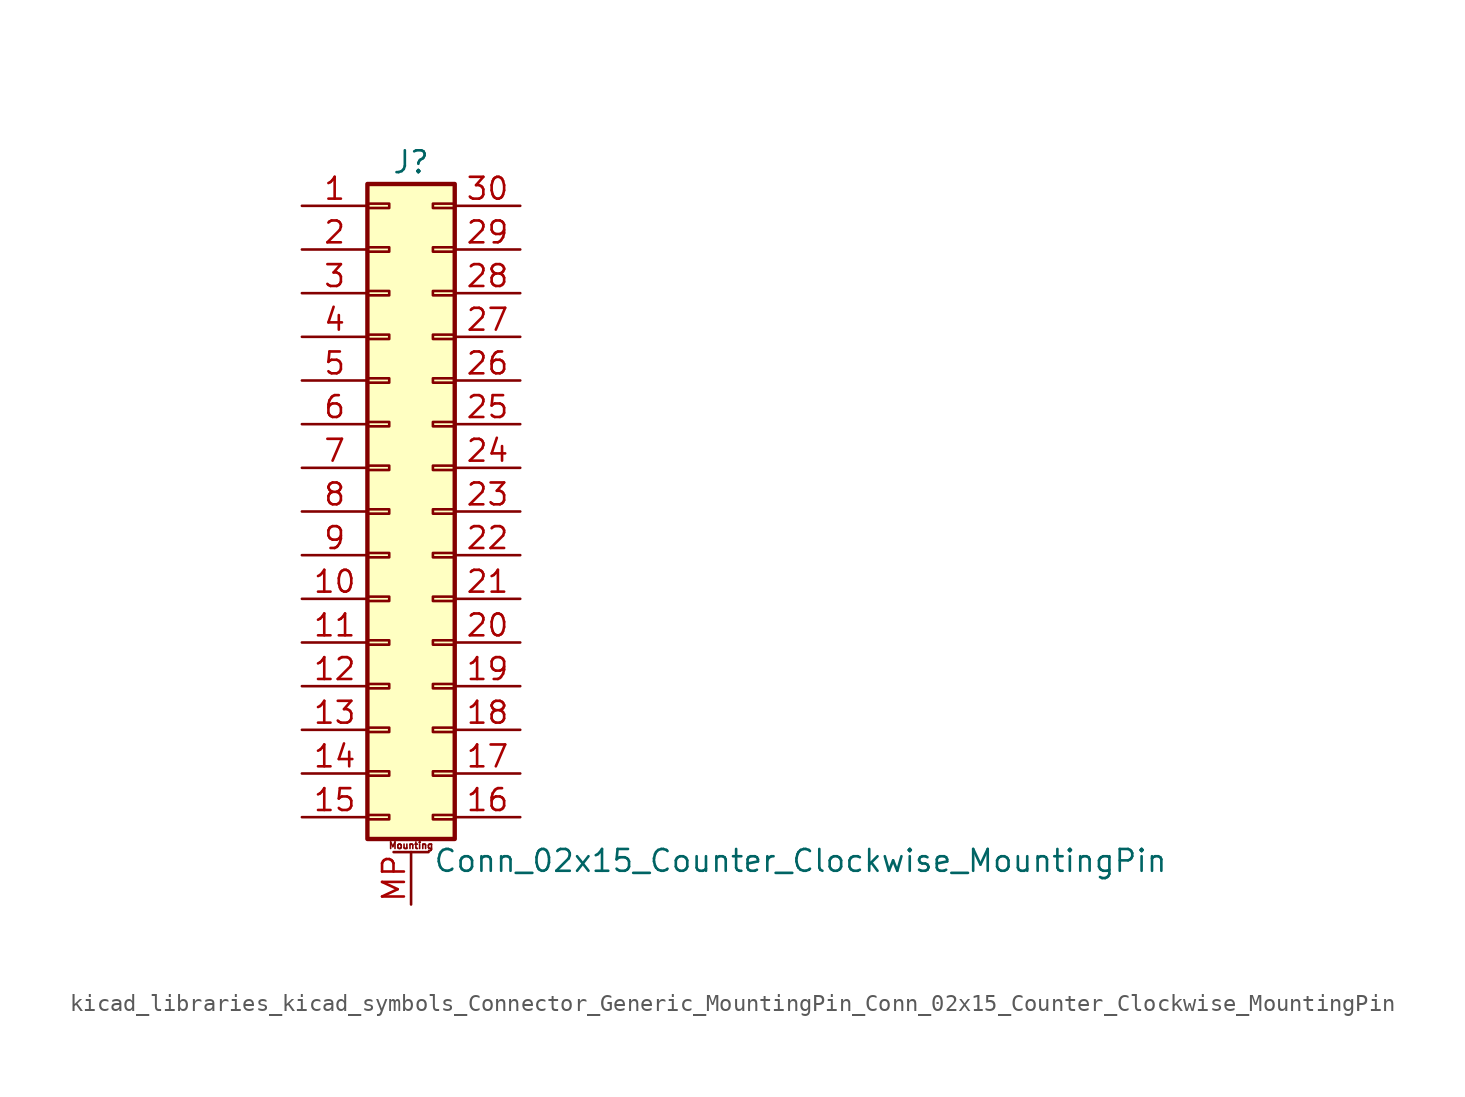
<source format=kicad_sym>
(kicad_symbol_lib
  (version 20220914)
  (generator kicad_symbol_editor)
  (symbol "kicad_libraries_kicad_symbols_Connector_Generic_MountingPin_Conn_02x15_Counter_Clockwise_MountingPin"
    (pin_names
      (offset 1.016) hide)
    (property "Reference" "J"
      (at 1.27 20.32 0)
      (effects (font (size 1.27 1.27))))
    (property "Value" "Conn_02x15_Counter_Clockwise_MountingPin"
      (at 2.54 -20.32 0)
      (effects (font (size 1.27 1.27)) (justify left)))
    (symbol "kicad_libraries_kicad_symbols_Connector_Generic_MountingPin_Conn_02x15_Counter_Clockwise_MountingPin_1_1"
      (rectangle (start -1.27 -17.653) (end 0 -17.907) (stroke (width 0.152) (type default)) (fill (type none)))
      (rectangle (start -1.27 -15.113) (end 0 -15.367) (stroke (width 0.152) (type default)) (fill (type none)))
      (rectangle (start -1.27 -12.573) (end 0 -12.827) (stroke (width 0.152) (type default)) (fill (type none)))
      (rectangle (start -1.27 -10.033) (end 0 -10.287) (stroke (width 0.152) (type default)) (fill (type none)))
      (rectangle (start -1.27 -7.493) (end 0 -7.747) (stroke (width 0.152) (type default)) (fill (type none)))
      (rectangle (start -1.27 -4.953) (end 0 -5.207) (stroke (width 0.152) (type default)) (fill (type none)))
      (rectangle (start -1.27 -2.413) (end 0 -2.667) (stroke (width 0.152) (type default)) (fill (type none)))
      (rectangle (start -1.27 0.127) (end 0 -0.127) (stroke (width 0.152) (type default)) (fill (type none)))
      (rectangle (start -1.27 2.667) (end 0 2.413) (stroke (width 0.152) (type default)) (fill (type none)))
      (rectangle (start -1.27 5.207) (end 0 4.953) (stroke (width 0.152) (type default)) (fill (type none)))
      (rectangle (start -1.27 7.747) (end 0 7.493) (stroke (width 0.152) (type default)) (fill (type none)))
      (rectangle (start -1.27 10.287) (end 0 10.033) (stroke (width 0.152) (type default)) (fill (type none)))
      (rectangle (start -1.27 12.827) (end 0 12.573) (stroke (width 0.152) (type default)) (fill (type none)))
      (rectangle (start -1.27 15.367) (end 0 15.113) (stroke (width 0.152) (type default)) (fill (type none)))
      (rectangle (start -1.27 17.907) (end 0 17.653) (stroke (width 0.152) (type default)) (fill (type none)))
      (rectangle (start -1.27 19.05) (end 3.81 -19.05) (stroke (width 0.254) (type default)) (fill (type background)))
      (polyline (pts (xy 0.254 -19.812) (xy 2.286 -19.812)) (stroke (width 0.152) (type default)) (fill (type none)))
      (rectangle (start 3.81 -17.653) (end 2.54 -17.907) (stroke (width 0.152) (type default)) (fill (type none)))
      (rectangle (start 3.81 -15.113) (end 2.54 -15.367) (stroke (width 0.152) (type default)) (fill (type none)))
      (rectangle (start 3.81 -12.573) (end 2.54 -12.827) (stroke (width 0.152) (type default)) (fill (type none)))
      (rectangle (start 3.81 -10.033) (end 2.54 -10.287) (stroke (width 0.152) (type default)) (fill (type none)))
      (rectangle (start 3.81 -7.493) (end 2.54 -7.747) (stroke (width 0.152) (type default)) (fill (type none)))
      (rectangle (start 3.81 -4.953) (end 2.54 -5.207) (stroke (width 0.152) (type default)) (fill (type none)))
      (rectangle (start 3.81 -2.413) (end 2.54 -2.667) (stroke (width 0.152) (type default)) (fill (type none)))
      (rectangle (start 3.81 0.127) (end 2.54 -0.127) (stroke (width 0.152) (type default)) (fill (type none)))
      (rectangle (start 3.81 2.667) (end 2.54 2.413) (stroke (width 0.152) (type default)) (fill (type none)))
      (rectangle (start 3.81 5.207) (end 2.54 4.953) (stroke (width 0.152) (type default)) (fill (type none)))
      (rectangle (start 3.81 7.747) (end 2.54 7.493) (stroke (width 0.152) (type default)) (fill (type none)))
      (rectangle (start 3.81 10.287) (end 2.54 10.033) (stroke (width 0.152) (type default)) (fill (type none)))
      (rectangle (start 3.81 12.827) (end 2.54 12.573) (stroke (width 0.152) (type default)) (fill (type none)))
      (rectangle (start 3.81 15.367) (end 2.54 15.113) (stroke (width 0.152) (type default)) (fill (type none)))
      (rectangle (start 3.81 17.907) (end 2.54 17.653) (stroke (width 0.152) (type default)) (fill (type none)))
      (text "Mounting" (at 1.27 -19.431 0) (effects (font (size 0.381 0.381))))
      (pin passive line (at -5.08 17.78 0) (length 3.81) (name "Pin_1" (effects (font (size 1.27 1.27)))) (number "1" (effects (font (size 1.27 1.27)))))
      (pin passive line (at -5.08 -5.08 0) (length 3.81) (name "Pin_10" (effects (font (size 1.27 1.27)))) (number "10" (effects (font (size 1.27 1.27)))))
      (pin passive line (at -5.08 -7.62 0) (length 3.81) (name "Pin_11" (effects (font (size 1.27 1.27)))) (number "11" (effects (font (size 1.27 1.27)))))
      (pin passive line (at -5.08 -10.16 0) (length 3.81) (name "Pin_12" (effects (font (size 1.27 1.27)))) (number "12" (effects (font (size 1.27 1.27)))))
      (pin passive line (at -5.08 -12.7 0) (length 3.81) (name "Pin_13" (effects (font (size 1.27 1.27)))) (number "13" (effects (font (size 1.27 1.27)))))
      (pin passive line (at -5.08 -15.24 0) (length 3.81) (name "Pin_14" (effects (font (size 1.27 1.27)))) (number "14" (effects (font (size 1.27 1.27)))))
      (pin passive line (at -5.08 -17.78 0) (length 3.81) (name "Pin_15" (effects (font (size 1.27 1.27)))) (number "15" (effects (font (size 1.27 1.27)))))
      (pin passive line (at 7.62 -17.78 180) (length 3.81) (name "Pin_16" (effects (font (size 1.27 1.27)))) (number "16" (effects (font (size 1.27 1.27)))))
      (pin passive line (at 7.62 -15.24 180) (length 3.81) (name "Pin_17" (effects (font (size 1.27 1.27)))) (number "17" (effects (font (size 1.27 1.27)))))
      (pin passive line (at 7.62 -12.7 180) (length 3.81) (name "Pin_18" (effects (font (size 1.27 1.27)))) (number "18" (effects (font (size 1.27 1.27)))))
      (pin passive line (at 7.62 -10.16 180) (length 3.81) (name "Pin_19" (effects (font (size 1.27 1.27)))) (number "19" (effects (font (size 1.27 1.27)))))
      (pin passive line (at -5.08 15.24 0) (length 3.81) (name "Pin_2" (effects (font (size 1.27 1.27)))) (number "2" (effects (font (size 1.27 1.27)))))
      (pin passive line (at 7.62 -7.62 180) (length 3.81) (name "Pin_20" (effects (font (size 1.27 1.27)))) (number "20" (effects (font (size 1.27 1.27)))))
      (pin passive line (at 7.62 -5.08 180) (length 3.81) (name "Pin_21" (effects (font (size 1.27 1.27)))) (number "21" (effects (font (size 1.27 1.27)))))
      (pin passive line (at 7.62 -2.54 180) (length 3.81) (name "Pin_22" (effects (font (size 1.27 1.27)))) (number "22" (effects (font (size 1.27 1.27)))))
      (pin passive line (at 7.62 0 180) (length 3.81) (name "Pin_23" (effects (font (size 1.27 1.27)))) (number "23" (effects (font (size 1.27 1.27)))))
      (pin passive line (at 7.62 2.54 180) (length 3.81) (name "Pin_24" (effects (font (size 1.27 1.27)))) (number "24" (effects (font (size 1.27 1.27)))))
      (pin passive line (at 7.62 5.08 180) (length 3.81) (name "Pin_25" (effects (font (size 1.27 1.27)))) (number "25" (effects (font (size 1.27 1.27)))))
      (pin passive line (at 7.62 7.62 180) (length 3.81) (name "Pin_26" (effects (font (size 1.27 1.27)))) (number "26" (effects (font (size 1.27 1.27)))))
      (pin passive line (at 7.62 10.16 180) (length 3.81) (name "Pin_27" (effects (font (size 1.27 1.27)))) (number "27" (effects (font (size 1.27 1.27)))))
      (pin passive line (at 7.62 12.7 180) (length 3.81) (name "Pin_28" (effects (font (size 1.27 1.27)))) (number "28" (effects (font (size 1.27 1.27)))))
      (pin passive line (at 7.62 15.24 180) (length 3.81) (name "Pin_29" (effects (font (size 1.27 1.27)))) (number "29" (effects (font (size 1.27 1.27)))))
      (pin passive line (at -5.08 12.7 0) (length 3.81) (name "Pin_3" (effects (font (size 1.27 1.27)))) (number "3" (effects (font (size 1.27 1.27)))))
      (pin passive line (at 7.62 17.78 180) (length 3.81) (name "Pin_30" (effects (font (size 1.27 1.27)))) (number "30" (effects (font (size 1.27 1.27)))))
      (pin passive line (at -5.08 10.16 0) (length 3.81) (name "Pin_4" (effects (font (size 1.27 1.27)))) (number "4" (effects (font (size 1.27 1.27)))))
      (pin passive line (at -5.08 7.62 0) (length 3.81) (name "Pin_5" (effects (font (size 1.27 1.27)))) (number "5" (effects (font (size 1.27 1.27)))))
      (pin passive line (at -5.08 5.08 0) (length 3.81) (name "Pin_6" (effects (font (size 1.27 1.27)))) (number "6" (effects (font (size 1.27 1.27)))))
      (pin passive line (at -5.08 2.54 0) (length 3.81) (name "Pin_7" (effects (font (size 1.27 1.27)))) (number "7" (effects (font (size 1.27 1.27)))))
      (pin passive line (at -5.08 0 0) (length 3.81) (name "Pin_8" (effects (font (size 1.27 1.27)))) (number "8" (effects (font (size 1.27 1.27)))))
      (pin passive line (at -5.08 -2.54 0) (length 3.81) (name "Pin_9" (effects (font (size 1.27 1.27)))) (number "9" (effects (font (size 1.27 1.27)))))
      (pin passive line (at 1.27 -22.86 90) (length 3.048) (name "MountPin" (effects (font (size 1.27 1.27)))) (number "MP" (effects (font (size 1.27 1.27))))))))
</source>
